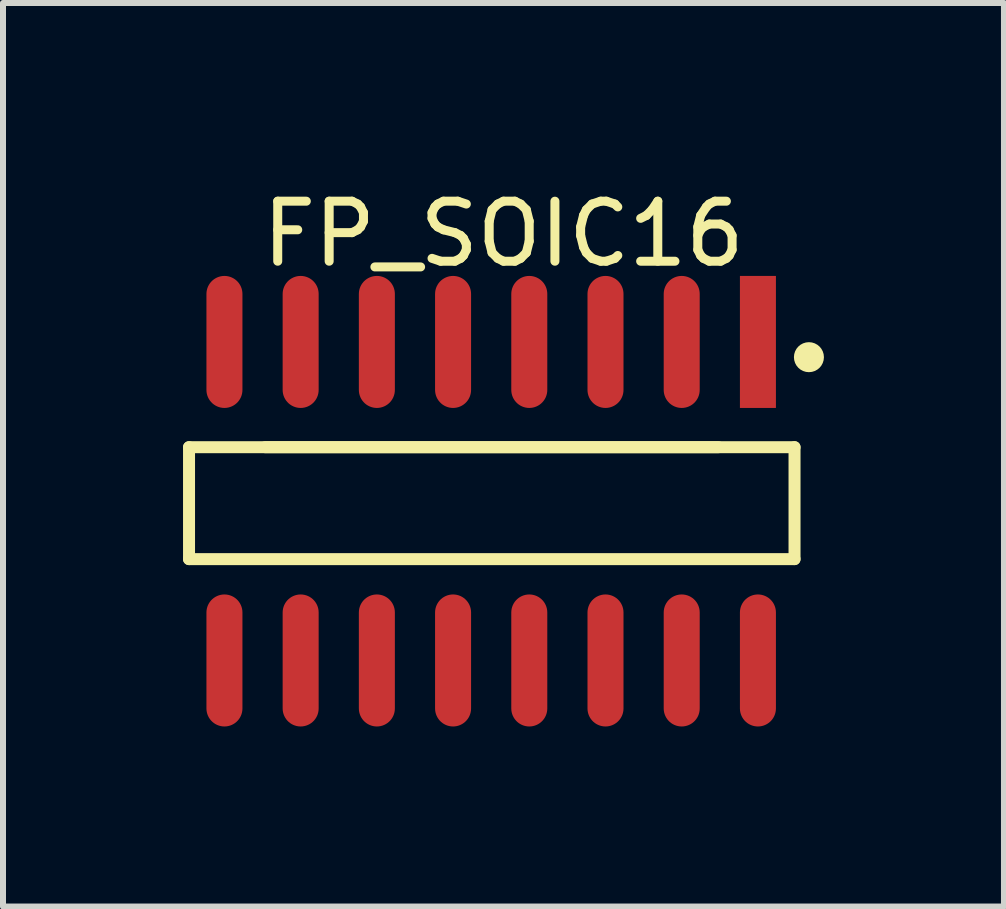
<source format=kicad_pcb>
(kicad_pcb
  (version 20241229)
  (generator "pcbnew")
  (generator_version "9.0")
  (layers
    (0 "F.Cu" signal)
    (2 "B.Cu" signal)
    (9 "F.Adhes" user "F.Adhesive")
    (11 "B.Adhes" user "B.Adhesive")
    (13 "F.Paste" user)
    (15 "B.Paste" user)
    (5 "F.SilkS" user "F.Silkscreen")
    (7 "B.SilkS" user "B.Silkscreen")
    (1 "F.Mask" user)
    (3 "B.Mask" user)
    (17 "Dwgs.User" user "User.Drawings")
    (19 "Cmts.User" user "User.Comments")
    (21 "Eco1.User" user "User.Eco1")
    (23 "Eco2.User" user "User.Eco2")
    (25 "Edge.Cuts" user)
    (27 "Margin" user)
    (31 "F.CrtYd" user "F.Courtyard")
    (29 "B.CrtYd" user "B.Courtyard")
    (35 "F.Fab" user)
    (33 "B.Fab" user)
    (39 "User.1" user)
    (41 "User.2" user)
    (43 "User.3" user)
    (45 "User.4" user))
  (footprint "FP_SOIC16"
    (layer "F.Cu")
    (at 5.135 5.302)
    (property "Reference" "FP_SOIC16" (at 0.205 -4.454 0) (layer "F.SilkS") (effects (font (size 1 1) (thickness 0.15))))
    (fp_line (start -5.035 -0.9) (end 3.785 -0.9) (stroke (width 0.2) (type solid)) (layer "F.SilkS"))
    (fp_line (start -5.035 0.965) (end -5.035 -0.9) (stroke (width 0.2) (type solid)) (layer "F.SilkS"))
    (fp_line (start -5.035 0.965) (end 5.055 0.965) (stroke (width 0.2) (type solid)) (layer "F.SilkS"))
    (fp_line (start -3.765 -0.9) (end 5.055 -0.9) (stroke (width 0.2) (type solid)) (layer "F.SilkS"))
    (fp_line (start 5.055 0.965) (end 5.055 -0.9) (stroke (width 0.2) (type solid)) (layer "F.SilkS"))
    (fp_circle (center 5.295 -2.4) (end 5.295 -2.525) (stroke (width 0.25) (type solid)) (fill no) (layer "F.SilkS"))
    (fp_line (start -0.535 0) (end 0.465 0) (stroke (width 0.1) (type solid)) (layer "Eco2.User"))
    (fp_line (start -0.035 0.5) (end -0.035 -0.5) (stroke (width 0.1) (type solid)) (layer "Eco2.User"))
    (pad "1" smd rect (at 4.445 -2.654) (size 0.6 2.2) (layers "F.Cu" "F.Mask" "F.Paste"))
    (pad "2" smd oval (at 3.175 -2.654) (size 0.6 2.2) (layers "F.Cu" "F.Mask" "F.Paste"))
    (pad "3" smd oval (at 1.905 -2.654) (size 0.6 2.2) (layers "F.Cu" "F.Mask" "F.Paste"))
    (pad "4" smd oval (at 0.635 -2.654) (size 0.6 2.2) (layers "F.Cu" "F.Mask" "F.Paste"))
    (pad "5" smd oval (at -0.635 -2.654) (size 0.6 2.2) (layers "F.Cu" "F.Mask" "F.Paste"))
    (pad "6" smd oval (at -1.905 -2.654) (size 0.6 2.2) (layers "F.Cu" "F.Mask" "F.Paste"))
    (pad "7" smd oval (at -3.175 -2.654) (size 0.6 2.2) (layers "F.Cu" "F.Mask" "F.Paste"))
    (pad "8" smd oval (at -4.445 -2.654) (size 0.6 2.2) (layers "F.Cu" "F.Mask" "F.Paste"))
    (pad "9" smd oval (at -4.445 2.654) (size 0.6 2.2) (layers "F.Cu" "F.Mask" "F.Paste"))
    (pad "10" smd oval (at -3.175 2.654) (size 0.6 2.2) (layers "F.Cu" "F.Mask" "F.Paste"))
    (pad "11" smd oval (at -1.905 2.654) (size 0.6 2.2) (layers "F.Cu" "F.Mask" "F.Paste"))
    (pad "12" smd oval (at -0.635 2.654) (size 0.6 2.2) (layers "F.Cu" "F.Mask" "F.Paste"))
    (pad "13" smd oval (at 0.635 2.654) (size 0.6 2.2) (layers "F.Cu" "F.Mask" "F.Paste"))
    (pad "14" smd oval (at 1.905 2.654) (size 0.6 2.2) (layers "F.Cu" "F.Mask" "F.Paste"))
    (pad "15" smd oval (at 3.175 2.654) (size 0.6 2.2) (layers "F.Cu" "F.Mask" "F.Paste"))
    (pad "16" smd oval (at 4.445 2.654) (size 0.6 2.2) (layers "F.Cu" "F.Mask" "F.Paste")))
  (gr_rect
    (start -3 -3)
    (end 13.68 12.056)
    (stroke (width 0.1) (type default))
    (fill no)
    (layer "Edge.Cuts")))
</source>
